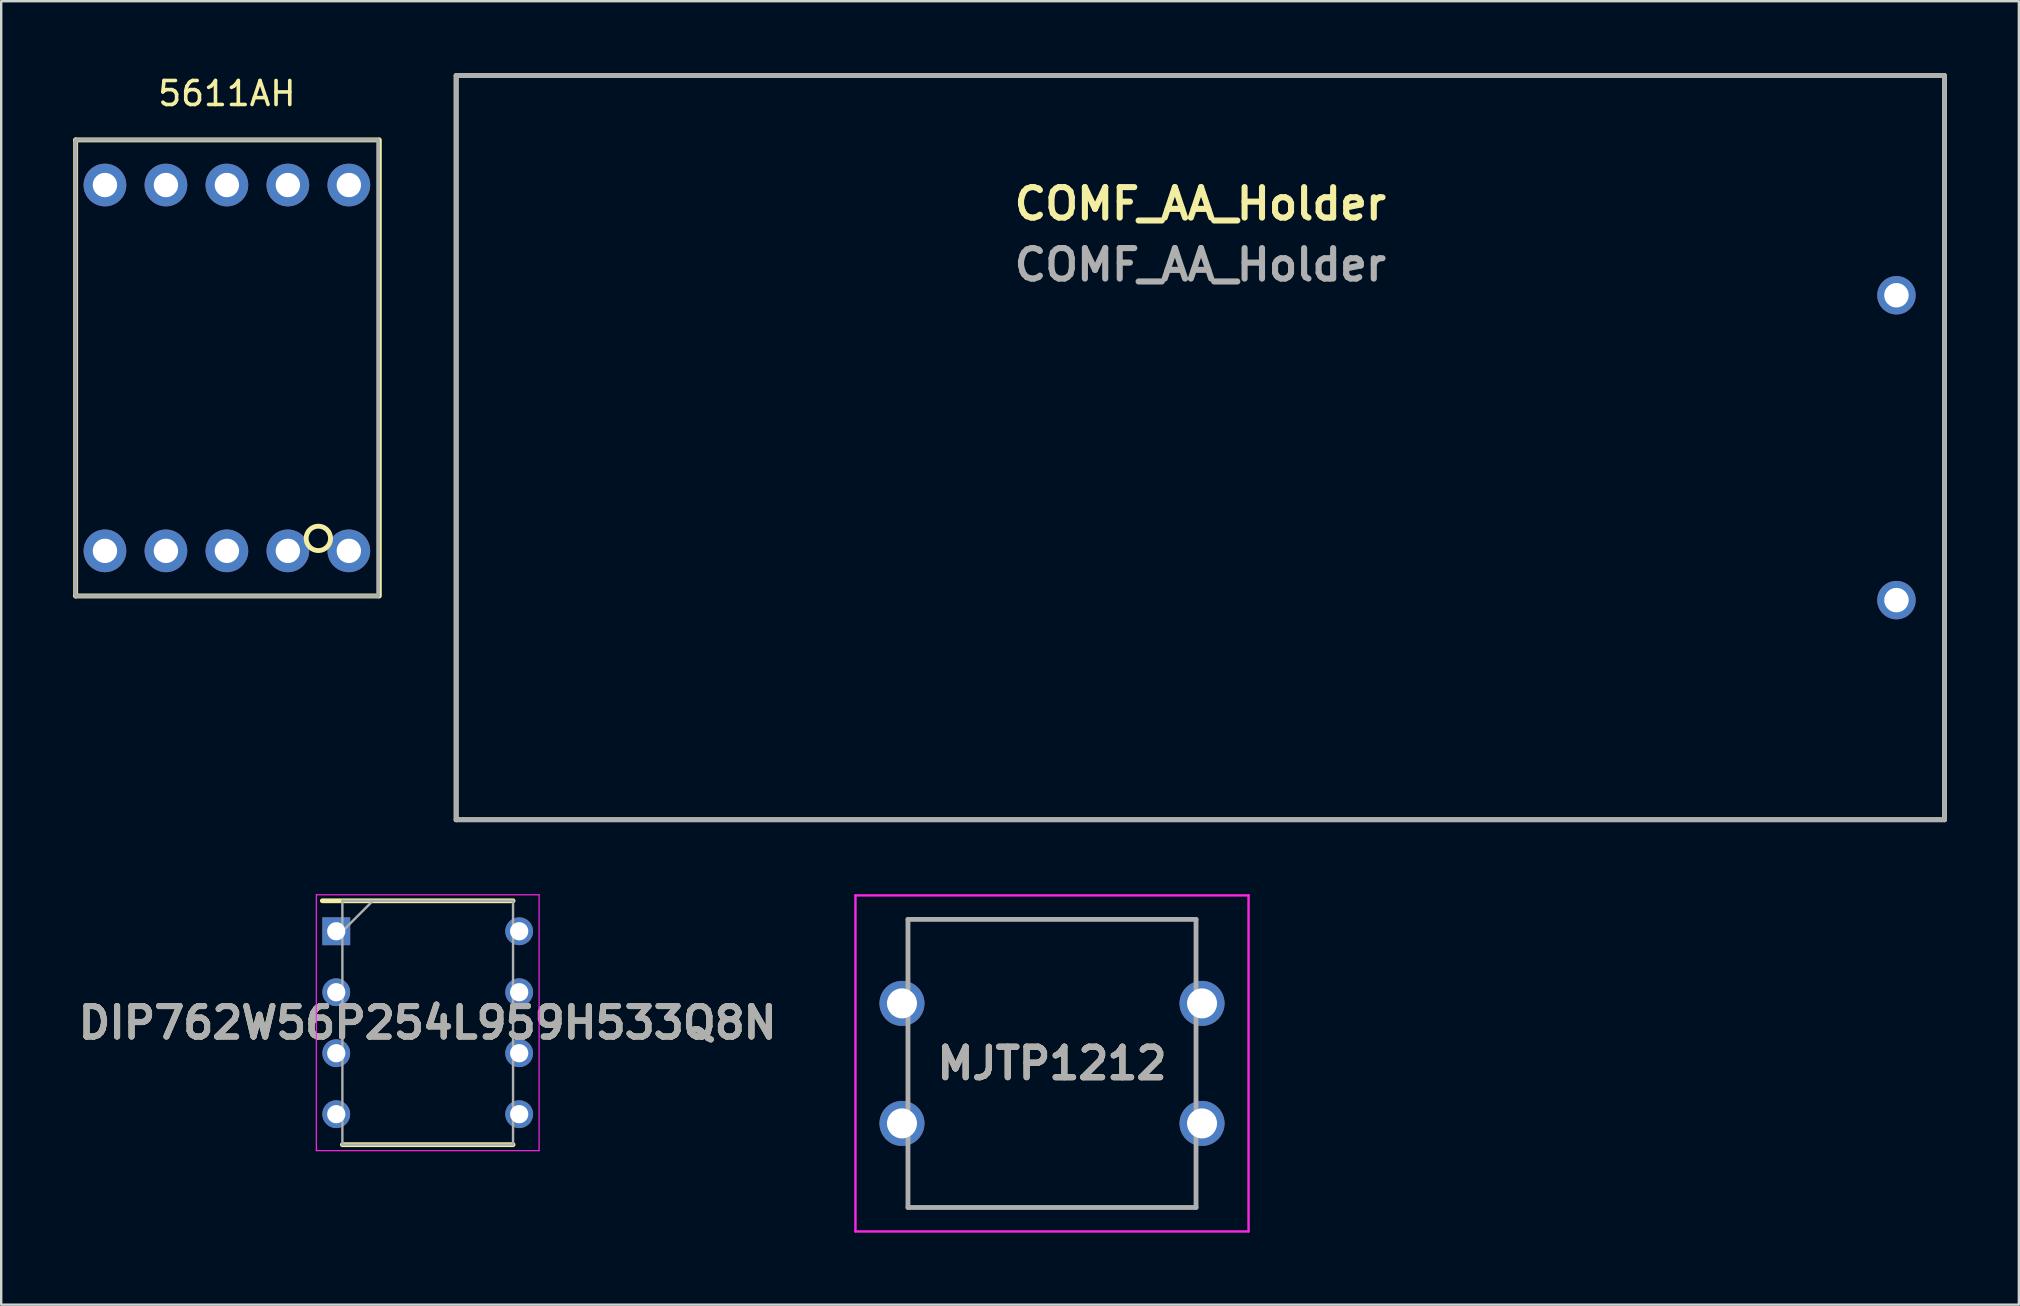
<source format=kicad_pcb>
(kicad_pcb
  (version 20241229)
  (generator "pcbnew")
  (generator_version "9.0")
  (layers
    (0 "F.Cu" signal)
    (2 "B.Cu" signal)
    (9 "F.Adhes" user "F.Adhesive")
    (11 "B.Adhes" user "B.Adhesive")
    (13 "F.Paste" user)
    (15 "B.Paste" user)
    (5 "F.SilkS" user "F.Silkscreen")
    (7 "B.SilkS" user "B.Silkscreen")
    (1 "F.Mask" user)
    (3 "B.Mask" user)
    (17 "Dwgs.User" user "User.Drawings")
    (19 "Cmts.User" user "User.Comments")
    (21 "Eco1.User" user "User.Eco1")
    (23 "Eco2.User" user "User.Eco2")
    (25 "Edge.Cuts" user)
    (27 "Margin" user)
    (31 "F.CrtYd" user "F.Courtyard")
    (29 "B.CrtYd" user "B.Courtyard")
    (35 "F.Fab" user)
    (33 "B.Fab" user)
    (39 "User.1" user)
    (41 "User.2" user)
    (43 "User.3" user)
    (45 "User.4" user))
  (footprint "DIP762W56P254L959H533Q8N"
    (layer "F.Cu")
    (at 14.768 39.555)
    (property "Reference" "DIP762W56P254L959H533Q8N" (at 0 0 0) (layer "F.SilkS") (effects (font (size 1.27 1.27) (thickness 0.254))))
    (attr through_hole)
    (fp_line (start -4.39 -5.08) (end 3.555 -5.08) (stroke (width 0.2) (type solid)) (layer "F.SilkS"))
    (fp_line (start -3.555 5.08) (end 3.555 5.08) (stroke (width 0.2) (type solid)) (layer "F.SilkS"))
    (fp_line (start -4.64 -5.33) (end 4.64 -5.33) (stroke (width 0.05) (type solid)) (layer "F.CrtYd"))
    (fp_line (start -4.64 5.33) (end -4.64 -5.33) (stroke (width 0.05) (type solid)) (layer "F.CrtYd"))
    (fp_line (start 4.64 -5.33) (end 4.64 5.33) (stroke (width 0.05) (type solid)) (layer "F.CrtYd"))
    (fp_line (start 4.64 5.33) (end -4.64 5.33) (stroke (width 0.05) (type solid)) (layer "F.CrtYd"))
    (fp_line (start -3.555 -5.08) (end 3.555 -5.08) (stroke (width 0.1) (type solid)) (layer "F.Fab"))
    (fp_line (start -3.555 -3.81) (end -2.285 -5.08) (stroke (width 0.1) (type solid)) (layer "F.Fab"))
    (fp_line (start -3.555 5.08) (end -3.555 -5.08) (stroke (width 0.1) (type solid)) (layer "F.Fab"))
    (fp_line (start 3.555 -5.08) (end 3.555 5.08) (stroke (width 0.1) (type solid)) (layer "F.Fab"))
    (fp_line (start 3.555 5.08) (end -3.555 5.08) (stroke (width 0.1) (type solid)) (layer "F.Fab"))
    (fp_text user "${REFERENCE}" (at 0 0 0) (layer "F.Fab") (effects (font (size 1.27 1.27) (thickness 0.254))))
    (pad "1" thru_hole rect (at -3.81 -3.81) (size 1.16 1.16) (drill 0.76) (layers "*.Cu" "*.Mask"))
    (pad "2" thru_hole circle (at -3.81 -1.27) (size 1.16 1.16) (drill 0.76) (layers "*.Cu" "*.Mask"))
    (pad "3" thru_hole circle (at -3.81 1.27) (size 1.16 1.16) (drill 0.76) (layers "*.Cu" "*.Mask"))
    (pad "4" thru_hole circle (at -3.81 3.81) (size 1.16 1.16) (drill 0.76) (layers "*.Cu" "*.Mask"))
    (pad "5" thru_hole circle (at 3.81 3.81) (size 1.16 1.16) (drill 0.76) (layers "*.Cu" "*.Mask"))
    (pad "6" thru_hole circle (at 3.81 1.27) (size 1.16 1.16) (drill 0.76) (layers "*.Cu" "*.Mask"))
    (pad "7" thru_hole circle (at 3.81 -1.27) (size 1.16 1.16) (drill 0.76) (layers "*.Cu" "*.Mask"))
    (pad "8" thru_hole circle (at 3.81 -3.81) (size 1.16 1.16) (drill 0.76) (layers "*.Cu" "*.Mask")))
  (footprint "COMF_AA_Holder"
    (layer "F.Cu")
    (at 46.953 15.6)
    (property "Reference" "COMF_AA_Holder" (at 0 -10.16 0) (layer "F.SilkS") (effects (font (size 1.27 1.27) (thickness 0.254))))
    (attr through_hole)
    (fp_line (start -31 -15.5) (end -31 15.5) (stroke (width 0.2) (type solid)) (layer "F.SilkS"))
    (fp_line (start -31 -15.5) (end 31 -15.5) (stroke (width 0.2) (type solid)) (layer "F.SilkS"))
    (fp_line (start -31 15.5) (end 31 15.5) (stroke (width 0.2) (type solid)) (layer "F.SilkS"))
    (fp_line (start 31 -15.5) (end 31 15.5) (stroke (width 0.2) (type solid)) (layer "F.SilkS"))
    (fp_line (start -31 -15.5) (end -31 15.5) (stroke (width 0.2) (type solid)) (layer "F.Fab"))
    (fp_line (start -31 -15.5) (end 31 -15.5) (stroke (width 0.2) (type solid)) (layer "F.Fab"))
    (fp_line (start -31 15.5) (end 31 15.5) (stroke (width 0.2) (type solid)) (layer "F.Fab"))
    (fp_line (start 31 -15.5) (end 31 15.5) (stroke (width 0.2) (type solid)) (layer "F.Fab"))
    (fp_text user "${REFERENCE}" (at 0 -7.62 0) (layer "F.Fab") (effects (font (size 1.27 1.27) (thickness 0.254))))
    (pad "1" thru_hole circle (at 29 6.35) (size 1.6 1.6) (drill 1.02) (layers "*.Cu" "*.Mask"))
    (pad "2" thru_hole circle (at 29 -6.35) (size 1.6 1.6) (drill 1.02) (layers "*.Cu" "*.Mask")))
  (footprint "5611AH"
    (layer "F.Cu")
    (at 6.402 12.278)
    (property "Reference" "5611AH" (at 0 -11.43 0) (layer "F.SilkS") (effects (font (size 1 1) (thickness 0.15))))
    (attr through_hole)
    (fp_line (start -6.3 9.5) (end -6.3 -9.5) (stroke (width 0.203) (type solid)) (layer "F.SilkS"))
    (fp_line (start 6.3 -9.5) (end -6.3 -9.5) (stroke (width 0.203) (type solid)) (layer "F.SilkS"))
    (fp_line (start 6.3 9.5) (end -6.3 9.5) (stroke (width 0.203) (type solid)) (layer "F.SilkS"))
    (fp_line (start 6.35 9.5) (end 6.35 -9.5) (stroke (width 0.203) (type solid)) (layer "F.SilkS"))
    (fp_circle (center 3.81 7.1) (end 4.318 7.1) (stroke (width 0.203) (type solid)) (fill no) (layer "F.SilkS"))
    (fp_line (start -6.3 9.5) (end -6.3 -9.5) (stroke (width 0.15) (type solid)) (layer "F.Fab"))
    (fp_line (start 6.3 -9.5) (end -6.3 -9.5) (stroke (width 0.15) (type solid)) (layer "F.Fab"))
    (fp_line (start 6.3 9.5) (end -6.3 9.5) (stroke (width 0.15) (type solid)) (layer "F.Fab"))
    (fp_line (start 6.3 9.5) (end 6.3 -9.5) (stroke (width 0.15) (type solid)) (layer "F.Fab"))
    (pad "1" thru_hole circle (at -5.08 -7.62) (size 1.778 1.778) (drill 1.016) (layers "*.Cu" "*.Mask"))
    (pad "2" thru_hole circle (at -2.54 -7.62) (size 1.778 1.778) (drill 1.016) (layers "*.Cu" "*.Mask"))
    (pad "3" thru_hole circle (at 0 -7.62) (size 1.778 1.778) (drill 1.016) (layers "*.Cu" "*.Mask"))
    (pad "4" thru_hole circle (at 2.54 -7.62) (size 1.778 1.778) (drill 1.016) (layers "*.Cu" "*.Mask"))
    (pad "5" thru_hole circle (at 5.08 -7.62) (size 1.778 1.778) (drill 1.016) (layers "*.Cu" "*.Mask"))
    (pad "6" thru_hole circle (at -5.08 7.62) (size 1.778 1.778) (drill 1.016) (layers "*.Cu" "*.Mask"))
    (pad "7" thru_hole circle (at -2.54 7.62) (size 1.778 1.778) (drill 1.016) (layers "*.Cu" "*.Mask"))
    (pad "8" thru_hole circle (at 0 7.62) (size 1.778 1.778) (drill 1.016) (layers "*.Cu" "*.Mask"))
    (pad "9" thru_hole circle (at 2.54 7.62) (size 1.778 1.778) (drill 1.016) (layers "*.Cu" "*.Mask"))
    (pad "10" thru_hole circle (at 5.08 7.62) (size 1.778 1.778) (drill 1.016) (layers "*.Cu" "*.Mask")))
  (footprint "MJTP1212"
    (layer "F.Cu")
    (at 34.525 38.75)
    (property "Reference" "MJTP1212" (at 6.25 2.5 0) (layer "F.SilkS") (effects (font (size 1.27 1.27) (thickness 0.254))))
    (attr through_hole)
    (fp_line (start 0.25 -3.5) (end 12.25 -3.5) (stroke (width 0.1) (type solid)) (layer "F.SilkS"))
    (fp_line (start 0.25 -1.3) (end 0.25 -3.5) (stroke (width 0.1) (type solid)) (layer "F.SilkS"))
    (fp_line (start 0.25 1.5) (end 0.25 3.7) (stroke (width 0.1) (type solid)) (layer "F.SilkS"))
    (fp_line (start 0.25 6.3) (end 0.25 8.5) (stroke (width 0.1) (type solid)) (layer "F.SilkS"))
    (fp_line (start 0.25 8.5) (end 12.25 8.5) (stroke (width 0.1) (type solid)) (layer "F.SilkS"))
    (fp_line (start 12.25 -3.5) (end 12.25 -1.3) (stroke (width 0.1) (type solid)) (layer "F.SilkS"))
    (fp_line (start 12.25 1.5) (end 12.25 3.7) (stroke (width 0.1) (type solid)) (layer "F.SilkS"))
    (fp_line (start 12.25 8.5) (end 12.25 6.5) (stroke (width 0.1) (type solid)) (layer "F.SilkS"))
    (fp_line (start -1.938 -4.5) (end 14.438 -4.5) (stroke (width 0.1) (type solid)) (layer "F.CrtYd"))
    (fp_line (start -1.938 9.5) (end -1.938 -4.5) (stroke (width 0.1) (type solid)) (layer "F.CrtYd"))
    (fp_line (start 14.438 -4.5) (end 14.438 9.5) (stroke (width 0.1) (type solid)) (layer "F.CrtYd"))
    (fp_line (start 14.438 9.5) (end -1.938 9.5) (stroke (width 0.1) (type solid)) (layer "F.CrtYd"))
    (fp_line (start 0.25 -3.5) (end 12.25 -3.5) (stroke (width 0.2) (type solid)) (layer "F.Fab"))
    (fp_line (start 0.25 8.5) (end 0.25 -3.5) (stroke (width 0.2) (type solid)) (layer "F.Fab"))
    (fp_line (start 12.25 -3.5) (end 12.25 8.5) (stroke (width 0.2) (type solid)) (layer "F.Fab"))
    (fp_line (start 12.25 8.5) (end 0.25 8.5) (stroke (width 0.2) (type solid)) (layer "F.Fab"))
    (fp_text user "${REFERENCE}" (at 6.25 2.5 0) (layer "F.Fab") (effects (font (size 1.27 1.27) (thickness 0.254))))
    (pad "1" thru_hole circle (at 0 0) (size 1.875 1.875) (drill 1.25) (layers "*.Cu" "*.Mask"))
    (pad "2" thru_hole circle (at 0 5) (size 1.875 1.875) (drill 1.25) (layers "*.Cu" "*.Mask"))
    (pad "3" thru_hole circle (at 12.5 5) (size 1.875 1.875) (drill 1.25) (layers "*.Cu" "*.Mask"))
    (pad "4" thru_hole circle (at 12.5 0) (size 1.875 1.875) (drill 1.25) (layers "*.Cu" "*.Mask")))
  (gr_rect
    (start -3 -3)
    (end 81.053 51.3)
    (stroke (width 0.1) (type default))
    (fill no)
    (layer "Edge.Cuts")))
</source>
